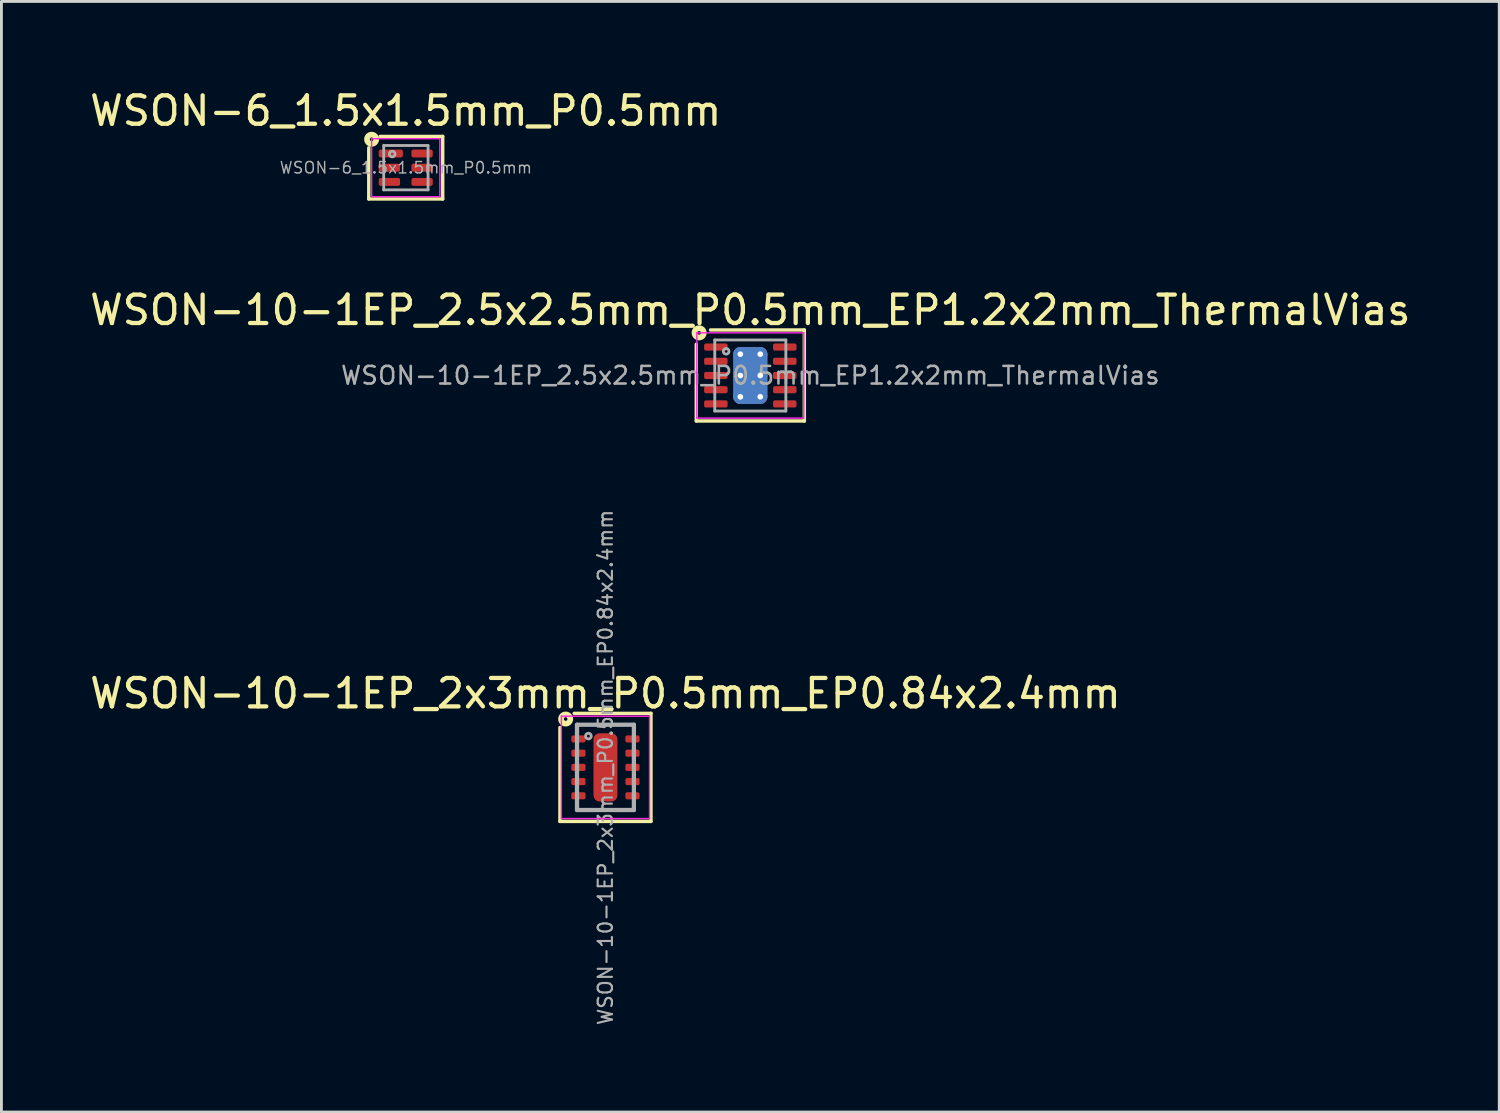
<source format=kicad_pcb>
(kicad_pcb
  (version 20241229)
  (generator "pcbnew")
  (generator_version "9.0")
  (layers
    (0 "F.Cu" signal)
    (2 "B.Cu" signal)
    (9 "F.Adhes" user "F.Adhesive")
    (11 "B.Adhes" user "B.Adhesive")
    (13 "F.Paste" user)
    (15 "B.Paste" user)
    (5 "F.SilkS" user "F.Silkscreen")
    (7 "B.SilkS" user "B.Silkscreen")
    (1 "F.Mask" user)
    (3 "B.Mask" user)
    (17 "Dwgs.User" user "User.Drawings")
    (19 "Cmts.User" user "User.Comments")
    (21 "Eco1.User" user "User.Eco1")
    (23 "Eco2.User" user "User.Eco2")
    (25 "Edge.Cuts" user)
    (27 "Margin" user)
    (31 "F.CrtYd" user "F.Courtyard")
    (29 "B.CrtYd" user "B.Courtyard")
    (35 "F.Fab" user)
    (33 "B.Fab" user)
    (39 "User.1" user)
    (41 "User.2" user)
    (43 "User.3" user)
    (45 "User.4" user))
  (footprint "WSON-6_1.5x1.5mm_P0.5mm"
    (layer "F.Cu")
    (at 11.22 2.848)
    (property "Reference" "WSON-6_1.5x1.5mm_P0.5mm" (at 0 -2 0) (layer "F.SilkS") (effects (font (size 1 1) (thickness 0.15))))
    (attr smd)
    (fp_line (start -1.3 1.1) (end -1.3 -0.7) (stroke (width 0.12) (type solid)) (layer "F.SilkS"))
    (fp_line (start -0.9 -1.1) (end 1.3 -1.1) (stroke (width 0.12) (type solid)) (layer "F.SilkS"))
    (fp_line (start 1.3 -1.1) (end 1.3 1.1) (stroke (width 0.12) (type solid)) (layer "F.SilkS"))
    (fp_line (start 1.3 1.1) (end -1.3 1.1) (stroke (width 0.12) (type solid)) (layer "F.SilkS"))
    (fp_circle (center -1.2 -1) (end -1.137 -1) (stroke (width 0.2) (type solid)) (fill no) (layer "F.SilkS"))
    (fp_line (start -1.2 1.02) (end -1.2 -1.02) (stroke (width 0.05) (type solid)) (layer "F.CrtYd"))
    (fp_line (start -1.2 1.02) (end 1.2 1.02) (stroke (width 0.05) (type solid)) (layer "F.CrtYd"))
    (fp_line (start 1.2 -1.02) (end -1.2 -1.02) (stroke (width 0.05) (type solid)) (layer "F.CrtYd"))
    (fp_line (start 1.2 -1.02) (end 1.2 1.02) (stroke (width 0.05) (type solid)) (layer "F.CrtYd"))
    (fp_line (start -0.775 -0.78) (end -0.775 0.78) (stroke (width 0.1) (type solid)) (layer "F.Fab"))
    (fp_line (start -0.775 0.78) (end 0.785 0.78) (stroke (width 0.1) (type solid)) (layer "F.Fab"))
    (fp_line (start 0.785 -0.78) (end -0.775 -0.78) (stroke (width 0.1) (type solid)) (layer "F.Fab"))
    (fp_line (start 0.785 -0.78) (end 0.785 0.78) (stroke (width 0.1) (type solid)) (layer "F.Fab"))
    (fp_circle (center -0.475 -0.48) (end -0.375 -0.48) (stroke (width 0.1) (type solid)) (fill no) (layer "F.Fab"))
    (fp_text user "${REFERENCE}" (at 0.005 0 0) (layer "F.Fab") (effects (font (size 0.4 0.4) (thickness 0.05))))
    (pad "1" smd roundrect (at -0.525 -0.5 270) (size 0.28 0.85) (layers "F.Cu" "F.Mask" "F.Paste") (roundrect_rratio 0.25))
    (pad "2" smd roundrect (at -0.575 0 270) (size 0.28 0.75) (layers "F.Cu" "F.Mask" "F.Paste") (roundrect_rratio 0.25))
    (pad "3" smd roundrect (at -0.575 0.5 270) (size 0.28 0.75) (layers "F.Cu" "F.Mask" "F.Paste") (roundrect_rratio 0.25))
    (pad "4" smd roundrect (at 0.575 0.5 270) (size 0.28 0.75) (layers "F.Cu" "F.Mask" "F.Paste") (roundrect_rratio 0.25))
    (pad "5" smd roundrect (at 0.575 0 270) (size 0.28 0.75) (layers "F.Cu" "F.Mask" "F.Paste") (roundrect_rratio 0.25))
    (pad "6" smd roundrect (at 0.575 -0.5 270) (size 0.28 0.75) (layers "F.Cu" "F.Mask" "F.Paste") (roundrect_rratio 0.25)))
  (footprint "WSON-10-1EP_2x3mm_P0.5mm_EP0.84x2.4mm"
    (layer "F.Cu")
    (at 18.244 23.939)
    (property "Reference" "WSON-10-1EP_2x3mm_P0.5mm_EP0.84x2.4mm" (at 0 -2.6 0) (layer "F.SilkS") (effects (font (size 1 1) (thickness 0.15))))
    (attr smd)
    (fp_line (start -1.6 1.9) (end -1.6 -1.4) (stroke (width 0.12) (type solid)) (layer "F.SilkS"))
    (fp_line (start -1.1 -1.9) (end 1.6 -1.9) (stroke (width 0.12) (type solid)) (layer "F.SilkS"))
    (fp_line (start 1.6 -1.9) (end 1.6 1.9) (stroke (width 0.12) (type solid)) (layer "F.SilkS"))
    (fp_line (start 1.6 1.9) (end -1.6 1.9) (stroke (width 0.12) (type solid)) (layer "F.SilkS"))
    (fp_circle (center -1.4 -1.7) (end -1.337 -1.7) (stroke (width 0.2) (type solid)) (fill no) (layer "F.SilkS"))
    (fp_line (start -1.55 -1.8) (end -1.55 1.8) (stroke (width 0.05) (type solid)) (layer "F.CrtYd"))
    (fp_line (start -1.55 -1.8) (end 1.55 -1.8) (stroke (width 0.05) (type solid)) (layer "F.CrtYd"))
    (fp_line (start -1.55 1.8) (end 1.55 1.8) (stroke (width 0.05) (type solid)) (layer "F.CrtYd"))
    (fp_line (start 1.55 -1.8) (end 1.55 1.8) (stroke (width 0.05) (type solid)) (layer "F.CrtYd"))
    (fp_line (start -1 -1.5) (end 1 -1.5) (stroke (width 0.15) (type solid)) (layer "F.Fab"))
    (fp_line (start -1 1.5) (end -1 -1.5) (stroke (width 0.15) (type solid)) (layer "F.Fab"))
    (fp_line (start 1 -1.5) (end 1 1.5) (stroke (width 0.15) (type solid)) (layer "F.Fab"))
    (fp_line (start 1 1.5) (end -1 1.5) (stroke (width 0.15) (type solid)) (layer "F.Fab"))
    (fp_circle (center -0.6 -1.1) (end -0.5 -1.1) (stroke (width 0.1) (type solid)) (fill no) (layer "F.Fab"))
    (fp_text user "${REFERENCE}" (at 0 0 90) (layer "F.Fab") (effects (font (size 0.5 0.5) (thickness 0.075))))
    (pad "" smd roundrect (at 0 -0.8) (size 0.65 0.61) (layers "F.Paste") (roundrect_rratio 0.25))
    (pad "" smd roundrect (at 0 0) (size 0.65 0.61) (layers "F.Paste") (roundrect_rratio 0.25))
    (pad "" smd roundrect (at 0 0.8) (size 0.65 0.61) (layers "F.Paste") (roundrect_rratio 0.25))
    (pad "1" smd roundrect (at -0.95 -1) (size 0.5 0.25) (layers "F.Cu" "F.Mask" "F.Paste") (roundrect_rratio 0.25))
    (pad "2" smd roundrect (at -0.95 -0.5) (size 0.5 0.25) (layers "F.Cu" "F.Mask" "F.Paste") (roundrect_rratio 0.25))
    (pad "3" smd roundrect (at -0.95 0) (size 0.5 0.25) (layers "F.Cu" "F.Mask" "F.Paste") (roundrect_rratio 0.25))
    (pad "4" smd roundrect (at -0.95 0.5) (size 0.5 0.25) (layers "F.Cu" "F.Mask" "F.Paste") (roundrect_rratio 0.25))
    (pad "5" smd roundrect (at -0.95 1) (size 0.5 0.25) (layers "F.Cu" "F.Mask" "F.Paste") (roundrect_rratio 0.25))
    (pad "6" smd roundrect (at 0.95 1) (size 0.5 0.25) (layers "F.Cu" "F.Mask" "F.Paste") (roundrect_rratio 0.25))
    (pad "7" smd roundrect (at 0.95 0.5) (size 0.5 0.25) (layers "F.Cu" "F.Mask" "F.Paste") (roundrect_rratio 0.25))
    (pad "8" smd roundrect (at 0.95 0) (size 0.5 0.25) (layers "F.Cu" "F.Mask" "F.Paste") (roundrect_rratio 0.25))
    (pad "9" smd roundrect (at 0.95 -0.5) (size 0.5 0.25) (layers "F.Cu" "F.Mask" "F.Paste") (roundrect_rratio 0.25))
    (pad "10" smd roundrect (at 0.95 -1) (size 0.5 0.25) (layers "F.Cu" "F.Mask" "F.Paste") (roundrect_rratio 0.25))
    (pad "11" smd roundrect (at 0 0) (size 0.84 2.4) (layers "F.Cu" "F.Mask") (roundrect_rratio 0.25)))
  (footprint "WSON-10-1EP_2.5x2.5mm_P0.5mm_EP1.2x2mm_ThermalVias"
    (layer "F.Cu")
    (at 23.339 10.156)
    (property "Reference" "WSON-10-1EP_2.5x2.5mm_P0.5mm_EP1.2x2mm_ThermalVias" (at 0 -2.3 0) (layer "F.SilkS") (effects (font (size 1 1) (thickness 0.15))))
    (attr smd)
    (fp_line (start -1.9 1.6) (end -1.9 -1.1) (stroke (width 0.12) (type solid)) (layer "F.SilkS"))
    (fp_line (start -1.4 -1.6) (end 1.9 -1.6) (stroke (width 0.12) (type solid)) (layer "F.SilkS"))
    (fp_line (start 1.9 -1.6) (end 1.9 1.6) (stroke (width 0.12) (type solid)) (layer "F.SilkS"))
    (fp_line (start 1.9 1.6) (end -1.9 1.6) (stroke (width 0.12) (type solid)) (layer "F.SilkS"))
    (fp_circle (center -1.8 -1.5) (end -1.736 -1.5) (stroke (width 0.2) (type solid)) (fill no) (layer "F.SilkS"))
    (fp_line (start -1.88 -1.5) (end -1.88 1.5) (stroke (width 0.05) (type solid)) (layer "F.CrtYd"))
    (fp_line (start -1.88 1.5) (end 1.88 1.5) (stroke (width 0.05) (type solid)) (layer "F.CrtYd"))
    (fp_line (start 1.88 -1.5) (end -1.88 -1.5) (stroke (width 0.05) (type solid)) (layer "F.CrtYd"))
    (fp_line (start 1.88 1.5) (end 1.88 -1.5) (stroke (width 0.05) (type solid)) (layer "F.CrtYd"))
    (fp_line (start -1.25 -1.25) (end 1.25 -1.25) (stroke (width 0.1) (type solid)) (layer "F.Fab"))
    (fp_line (start -1.25 1.25) (end -1.25 -1.25) (stroke (width 0.1) (type solid)) (layer "F.Fab"))
    (fp_line (start 1.25 -1.25) (end 1.25 1.25) (stroke (width 0.1) (type solid)) (layer "F.Fab"))
    (fp_line (start 1.25 1.25) (end -1.25 1.25) (stroke (width 0.1) (type solid)) (layer "F.Fab"))
    (fp_circle (center -0.85 -0.85) (end -0.75 -0.85) (stroke (width 0.1) (type solid)) (fill no) (layer "F.Fab"))
    (fp_text user "${REFERENCE}" (at 0 0 0) (layer "F.Fab") (effects (font (size 0.62 0.62) (thickness 0.09))))
    (pad "" smd roundrect (at -0.3 -0.5) (size 0.52 0.87) (layers "F.Paste") (roundrect_rratio 0.25))
    (pad "" smd roundrect (at -0.3 0.5) (size 0.52 0.87) (layers "F.Paste") (roundrect_rratio 0.25))
    (pad "" smd roundrect (at 0.3 -0.5) (size 0.52 0.87) (layers "F.Paste") (roundrect_rratio 0.25))
    (pad "" smd roundrect (at 0.3 0.5) (size 0.52 0.87) (layers "F.Paste") (roundrect_rratio 0.25))
    (pad "1" smd roundrect (at -1.212 -1) (size 0.825 0.25) (layers "F.Cu" "F.Mask" "F.Paste") (roundrect_rratio 0.25))
    (pad "2" smd roundrect (at -1.212 -0.5) (size 0.825 0.25) (layers "F.Cu" "F.Mask" "F.Paste") (roundrect_rratio 0.25))
    (pad "3" smd roundrect (at -1.212 0) (size 0.825 0.25) (layers "F.Cu" "F.Mask" "F.Paste") (roundrect_rratio 0.25))
    (pad "4" smd roundrect (at -1.212 0.5) (size 0.825 0.25) (layers "F.Cu" "F.Mask" "F.Paste") (roundrect_rratio 0.25))
    (pad "5" smd roundrect (at -1.212 1) (size 0.825 0.25) (layers "F.Cu" "F.Mask" "F.Paste") (roundrect_rratio 0.25))
    (pad "6" smd roundrect (at 1.212 1) (size 0.825 0.25) (layers "F.Cu" "F.Mask" "F.Paste") (roundrect_rratio 0.25))
    (pad "7" smd roundrect (at 1.212 0.5) (size 0.825 0.25) (layers "F.Cu" "F.Mask" "F.Paste") (roundrect_rratio 0.25))
    (pad "8" smd roundrect (at 1.212 0) (size 0.825 0.25) (layers "F.Cu" "F.Mask" "F.Paste") (roundrect_rratio 0.25))
    (pad "9" smd roundrect (at 1.212 -0.5) (size 0.825 0.25) (layers "F.Cu" "F.Mask" "F.Paste") (roundrect_rratio 0.25))
    (pad "10" smd roundrect (at 1.212 -1) (size 0.825 0.25) (layers "F.Cu" "F.Mask" "F.Paste") (roundrect_rratio 0.25))
    (pad "11" thru_hole circle (at -0.35 -0.75) (size 0.5 0.5) (drill 0.2) (property pad_prop_heatsink) (layers "*.Cu"))
    (pad "11" thru_hole circle (at -0.35 0) (size 0.5 0.5) (drill 0.2) (property pad_prop_heatsink) (layers "*.Cu"))
    (pad "11" thru_hole circle (at -0.35 0.75) (size 0.5 0.5) (drill 0.2) (property pad_prop_heatsink) (layers "*.Cu"))
    (pad "11" smd roundrect (at 0 0) (size 1.2 2) (layers "F.Cu" "F.Mask") (roundrect_rratio 0.208))
    (pad "11" smd roundrect (at 0 0) (size 1.2 2) (layers "B.Cu" "B.Mask") (roundrect_rratio 0.208))
    (pad "11" thru_hole circle (at 0.35 -0.75) (size 0.5 0.5) (drill 0.2) (property pad_prop_heatsink) (layers "*.Cu"))
    (pad "11" thru_hole circle (at 0.35 0) (size 0.5 0.5) (drill 0.2) (property pad_prop_heatsink) (layers "*.Cu"))
    (pad "11" thru_hole circle (at 0.35 0.75) (size 0.5 0.5) (drill 0.2) (property pad_prop_heatsink) (layers "*.Cu")))
  (gr_rect
    (start -3 -3)
    (end 49.679 36.061)
    (stroke (width 0.1) (type default))
    (fill no)
    (layer "Edge.Cuts")))
</source>
